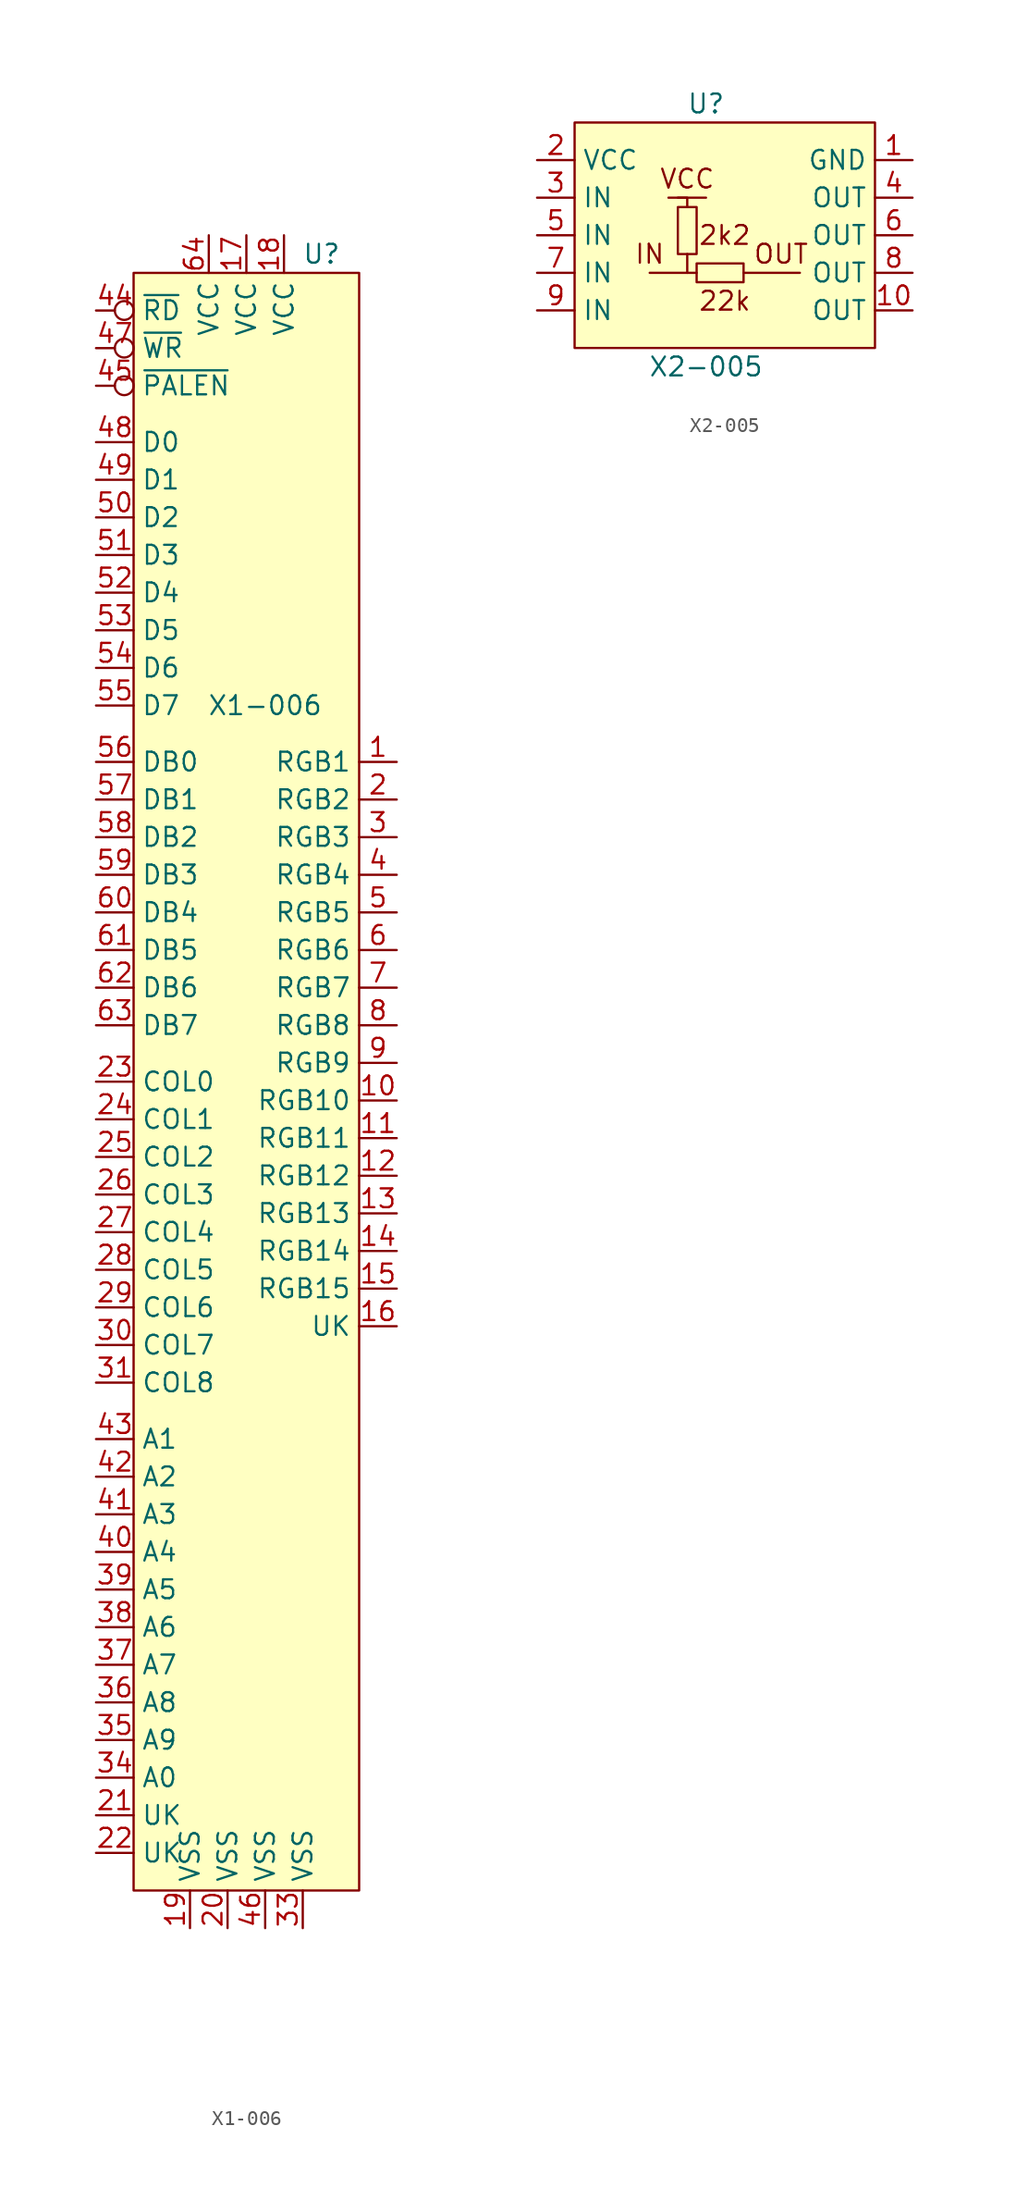
<source format=kicad_sym>
(kicad_symbol_lib
  (version 20211014)
  (generator kicad_symbol_editor)
  (symbol "X1-006"
    (property "Reference" "U"
      (at 5.08 53.34 0)
      (effects (font (size 1.27 1.27))))
    (property "Value" "X1-006"
      (at 1.27 22.86 0)
      (effects (font (size 1.27 1.27))))
    (symbol "X1-006_0_1"
      (rectangle (start -7.62 52.07) (end 7.62 -57.15) (stroke (width 0) (type default) (color 0 0 0 0)) (fill (type background))))
    (symbol "X1-006_1_1"
      (pin output line (at 10.16 19.05 180) (length 2.54) (name "RGB1" (effects (font (size 1.27 1.27)))) (number "1" (effects (font (size 1.27 1.27)))))
      (pin output line (at 10.16 -3.81 180) (length 2.54) (name "RGB10" (effects (font (size 1.27 1.27)))) (number "10" (effects (font (size 1.27 1.27)))))
      (pin output line (at 10.16 -6.35 180) (length 2.54) (name "RGB11" (effects (font (size 1.27 1.27)))) (number "11" (effects (font (size 1.27 1.27)))))
      (pin output line (at 10.16 -8.89 180) (length 2.54) (name "RGB12" (effects (font (size 1.27 1.27)))) (number "12" (effects (font (size 1.27 1.27)))))
      (pin output line (at 10.16 -11.43 180) (length 2.54) (name "RGB13" (effects (font (size 1.27 1.27)))) (number "13" (effects (font (size 1.27 1.27)))))
      (pin output line (at 10.16 -13.97 180) (length 2.54) (name "RGB14" (effects (font (size 1.27 1.27)))) (number "14" (effects (font (size 1.27 1.27)))))
      (pin output line (at 10.16 -16.51 180) (length 2.54) (name "RGB15" (effects (font (size 1.27 1.27)))) (number "15" (effects (font (size 1.27 1.27)))))
      (pin output line (at 10.16 -19.05 180) (length 2.54) (name "UK" (effects (font (size 1.27 1.27)))) (number "16" (effects (font (size 1.27 1.27)))))
      (pin input line (at 0 54.61 270) (length 2.54) (name "VCC" (effects (font (size 1.27 1.27)))) (number "17" (effects (font (size 1.27 1.27)))))
      (pin input line (at 2.54 54.61 270) (length 2.54) (name "VCC" (effects (font (size 1.27 1.27)))) (number "18" (effects (font (size 1.27 1.27)))))
      (pin input line (at -3.81 -59.69 90) (length 2.54) (name "VSS" (effects (font (size 1.27 1.27)))) (number "19" (effects (font (size 1.27 1.27)))))
      (pin output line (at 10.16 16.51 180) (length 2.54) (name "RGB2" (effects (font (size 1.27 1.27)))) (number "2" (effects (font (size 1.27 1.27)))))
      (pin input line (at -1.27 -59.69 90) (length 2.54) (name "VSS" (effects (font (size 1.27 1.27)))) (number "20" (effects (font (size 1.27 1.27)))))
      (pin input line (at -10.16 -52.07 0) (length 2.54) (name "UK" (effects (font (size 1.27 1.27)))) (number "21" (effects (font (size 1.27 1.27)))))
      (pin input line (at -10.16 -54.61 0) (length 2.54) (name "UK" (effects (font (size 1.27 1.27)))) (number "22" (effects (font (size 1.27 1.27)))))
      (pin input line (at -10.16 -2.54 0) (length 2.54) (name "COL0" (effects (font (size 1.27 1.27)))) (number "23" (effects (font (size 1.27 1.27)))))
      (pin input line (at -10.16 -5.08 0) (length 2.54) (name "COL1" (effects (font (size 1.27 1.27)))) (number "24" (effects (font (size 1.27 1.27)))))
      (pin input line (at -10.16 -7.62 0) (length 2.54) (name "COL2" (effects (font (size 1.27 1.27)))) (number "25" (effects (font (size 1.27 1.27)))))
      (pin input line (at -10.16 -10.16 0) (length 2.54) (name "COL3" (effects (font (size 1.27 1.27)))) (number "26" (effects (font (size 1.27 1.27)))))
      (pin input line (at -10.16 -12.7 0) (length 2.54) (name "COL4" (effects (font (size 1.27 1.27)))) (number "27" (effects (font (size 1.27 1.27)))))
      (pin input line (at -10.16 -15.24 0) (length 2.54) (name "COL5" (effects (font (size 1.27 1.27)))) (number "28" (effects (font (size 1.27 1.27)))))
      (pin input line (at -10.16 -17.78 0) (length 2.54) (name "COL6" (effects (font (size 1.27 1.27)))) (number "29" (effects (font (size 1.27 1.27)))))
      (pin output line (at 10.16 13.97 180) (length 2.54) (name "RGB3" (effects (font (size 1.27 1.27)))) (number "3" (effects (font (size 1.27 1.27)))))
      (pin input line (at -10.16 -20.32 0) (length 2.54) (name "COL7" (effects (font (size 1.27 1.27)))) (number "30" (effects (font (size 1.27 1.27)))))
      (pin input line (at -10.16 -22.86 0) (length 2.54) (name "COL8" (effects (font (size 1.27 1.27)))) (number "31" (effects (font (size 1.27 1.27)))))
      (pin input line (at 3.81 -59.69 90) (length 2.54) (name "VSS" (effects (font (size 1.27 1.27)))) (number "33" (effects (font (size 1.27 1.27)))))
      (pin input line (at -10.16 -49.53 0) (length 2.54) (name "A0" (effects (font (size 1.27 1.27)))) (number "34" (effects (font (size 1.27 1.27)))))
      (pin input line (at -10.16 -46.99 0) (length 2.54) (name "A9" (effects (font (size 1.27 1.27)))) (number "35" (effects (font (size 1.27 1.27)))))
      (pin input line (at -10.16 -44.45 0) (length 2.54) (name "A8" (effects (font (size 1.27 1.27)))) (number "36" (effects (font (size 1.27 1.27)))))
      (pin input line (at -10.16 -41.91 0) (length 2.54) (name "A7" (effects (font (size 1.27 1.27)))) (number "37" (effects (font (size 1.27 1.27)))))
      (pin input line (at -10.16 -39.37 0) (length 2.54) (name "A6" (effects (font (size 1.27 1.27)))) (number "38" (effects (font (size 1.27 1.27)))))
      (pin input line (at -10.16 -36.83 0) (length 2.54) (name "A5" (effects (font (size 1.27 1.27)))) (number "39" (effects (font (size 1.27 1.27)))))
      (pin output line (at 10.16 11.43 180) (length 2.54) (name "RGB4" (effects (font (size 1.27 1.27)))) (number "4" (effects (font (size 1.27 1.27)))))
      (pin input line (at -10.16 -34.29 0) (length 2.54) (name "A4" (effects (font (size 1.27 1.27)))) (number "40" (effects (font (size 1.27 1.27)))))
      (pin input line (at -10.16 -31.75 0) (length 2.54) (name "A3" (effects (font (size 1.27 1.27)))) (number "41" (effects (font (size 1.27 1.27)))))
      (pin input line (at -10.16 -29.21 0) (length 2.54) (name "A2" (effects (font (size 1.27 1.27)))) (number "42" (effects (font (size 1.27 1.27)))))
      (pin input line (at -10.16 -26.67 0) (length 2.54) (name "A1" (effects (font (size 1.27 1.27)))) (number "43" (effects (font (size 1.27 1.27)))))
      (pin input inverted (at -10.16 49.53 0) (length 2.54) (name "~{RD}" (effects (font (size 1.27 1.27)))) (number "44" (effects (font (size 1.27 1.27)))))
      (pin input inverted (at -10.16 44.45 0) (length 2.54) (name "~{PALEN}" (effects (font (size 1.27 1.27)))) (number "45" (effects (font (size 1.27 1.27)))))
      (pin input line (at 1.27 -59.69 90) (length 2.54) (name "VSS" (effects (font (size 1.27 1.27)))) (number "46" (effects (font (size 1.27 1.27)))))
      (pin input inverted (at -10.16 46.99 0) (length 2.54) (name "~{WR}" (effects (font (size 1.27 1.27)))) (number "47" (effects (font (size 1.27 1.27)))))
      (pin input line (at -10.16 40.64 0) (length 2.54) (name "D0" (effects (font (size 1.27 1.27)))) (number "48" (effects (font (size 1.27 1.27)))))
      (pin input line (at -10.16 38.1 0) (length 2.54) (name "D1" (effects (font (size 1.27 1.27)))) (number "49" (effects (font (size 1.27 1.27)))))
      (pin output line (at 10.16 8.89 180) (length 2.54) (name "RGB5" (effects (font (size 1.27 1.27)))) (number "5" (effects (font (size 1.27 1.27)))))
      (pin input line (at -10.16 35.56 0) (length 2.54) (name "D2" (effects (font (size 1.27 1.27)))) (number "50" (effects (font (size 1.27 1.27)))))
      (pin input line (at -10.16 33.02 0) (length 2.54) (name "D3" (effects (font (size 1.27 1.27)))) (number "51" (effects (font (size 1.27 1.27)))))
      (pin input line (at -10.16 30.48 0) (length 2.54) (name "D4" (effects (font (size 1.27 1.27)))) (number "52" (effects (font (size 1.27 1.27)))))
      (pin input line (at -10.16 27.94 0) (length 2.54) (name "D5" (effects (font (size 1.27 1.27)))) (number "53" (effects (font (size 1.27 1.27)))))
      (pin input line (at -10.16 25.4 0) (length 2.54) (name "D6" (effects (font (size 1.27 1.27)))) (number "54" (effects (font (size 1.27 1.27)))))
      (pin input line (at -10.16 22.86 0) (length 2.54) (name "D7" (effects (font (size 1.27 1.27)))) (number "55" (effects (font (size 1.27 1.27)))))
      (pin input line (at -10.16 19.05 0) (length 2.54) (name "DB0" (effects (font (size 1.27 1.27)))) (number "56" (effects (font (size 1.27 1.27)))))
      (pin input line (at -10.16 16.51 0) (length 2.54) (name "DB1" (effects (font (size 1.27 1.27)))) (number "57" (effects (font (size 1.27 1.27)))))
      (pin input line (at -10.16 13.97 0) (length 2.54) (name "DB2" (effects (font (size 1.27 1.27)))) (number "58" (effects (font (size 1.27 1.27)))))
      (pin input line (at -10.16 11.43 0) (length 2.54) (name "DB3" (effects (font (size 1.27 1.27)))) (number "59" (effects (font (size 1.27 1.27)))))
      (pin output line (at 10.16 6.35 180) (length 2.54) (name "RGB6" (effects (font (size 1.27 1.27)))) (number "6" (effects (font (size 1.27 1.27)))))
      (pin input line (at -10.16 8.89 0) (length 2.54) (name "DB4" (effects (font (size 1.27 1.27)))) (number "60" (effects (font (size 1.27 1.27)))))
      (pin input line (at -10.16 6.35 0) (length 2.54) (name "DB5" (effects (font (size 1.27 1.27)))) (number "61" (effects (font (size 1.27 1.27)))))
      (pin input line (at -10.16 3.81 0) (length 2.54) (name "DB6" (effects (font (size 1.27 1.27)))) (number "62" (effects (font (size 1.27 1.27)))))
      (pin input line (at -10.16 1.27 0) (length 2.54) (name "DB7" (effects (font (size 1.27 1.27)))) (number "63" (effects (font (size 1.27 1.27)))))
      (pin input line (at -2.54 54.61 270) (length 2.54) (name "VCC" (effects (font (size 1.27 1.27)))) (number "64" (effects (font (size 1.27 1.27)))))
      (pin output line (at 10.16 3.81 180) (length 2.54) (name "RGB7" (effects (font (size 1.27 1.27)))) (number "7" (effects (font (size 1.27 1.27)))))
      (pin output line (at 10.16 1.27 180) (length 2.54) (name "RGB8" (effects (font (size 1.27 1.27)))) (number "8" (effects (font (size 1.27 1.27)))))
      (pin output line (at 10.16 -1.27 180) (length 2.54) (name "RGB9" (effects (font (size 1.27 1.27)))) (number "9" (effects (font (size 1.27 1.27)))))))
  (symbol "X2-005"
    (property "Reference" "U"
      (at 11.43 3.81 0)
      (effects (font (size 1.27 1.27))))
    (property "Value" "X2-005"
      (at 11.43 -13.97 0)
      (effects (font (size 1.27 1.27))))
    (symbol "X2-005_0_0"
      (polyline (pts (xy 7.62 -7.62) (xy 10.795 -7.62)) (stroke (width 0) (type default) (color 0 0 0 0)) (fill (type none)))
      (polyline (pts (xy 8.89 -2.54) (xy 11.43 -2.54)) (stroke (width 0) (type default) (color 0 0 0 0)) (fill (type none)))
      (polyline (pts (xy 10.16 -6.35) (xy 10.16 -7.62)) (stroke (width 0) (type default) (color 0 0 0 0)) (fill (type none)))
      (polyline (pts (xy 13.97 -7.62) (xy 17.78 -7.62)) (stroke (width 0) (type default) (color 0 0 0 0)) (fill (type none)))
      (polyline (pts (xy 10.16 -3.175) (xy 10.16 -2.54) (xy 9.525 -2.54)) (stroke (width 0) (type default) (color 0 0 0 0)) (fill (type none)))
      (rectangle (start 2.54 2.54) (end 22.86 -12.7) (stroke (width 0) (type default) (color 0 0 0 0)) (fill (type background)))
      (text "22k" (at 12.7 -9.525 0) (effects (font (size 1.27 1.27))))
      (text "2k2" (at 12.7 -5.08 0) (effects (font (size 1.27 1.27))))
      (text "IN" (at 7.62 -6.35 0) (effects (font (size 1.27 1.27))))
      (text "OUT" (at 16.51 -6.35 0) (effects (font (size 1.27 1.27))))
      (text "VCC" (at 10.16 -1.27 0) (effects (font (size 1.27 1.27)))))
    (symbol "X2-005_0_1"
      (rectangle (start 9.525 -6.35) (end 10.795 -3.175) (stroke (width 0) (type default) (color 0 0 0 0)) (fill (type none)))
      (rectangle (start 10.795 -6.985) (end 13.97 -8.255) (stroke (width 0) (type default) (color 0 0 0 0)) (fill (type none))))
    (symbol "X2-005_1_1"
      (pin passive line (at 25.4 0 180) (length 2.54) (name "GND" (effects (font (size 1.27 1.27)))) (number "1" (effects (font (size 1.27 1.27)))))
      (pin passive line (at 25.4 -10.16 180) (length 2.54) (name "OUT" (effects (font (size 1.27 1.27)))) (number "10" (effects (font (size 1.27 1.27)))))
      (pin passive line (at 0 0 0) (length 2.54) (name "VCC" (effects (font (size 1.27 1.27)))) (number "2" (effects (font (size 1.27 1.27)))))
      (pin passive line (at 0 -2.54 0) (length 2.54) (name "IN" (effects (font (size 1.27 1.27)))) (number "3" (effects (font (size 1.27 1.27)))))
      (pin passive line (at 25.4 -2.54 180) (length 2.54) (name "OUT" (effects (font (size 1.27 1.27)))) (number "4" (effects (font (size 1.27 1.27)))))
      (pin passive line (at 0 -5.08 0) (length 2.54) (name "IN" (effects (font (size 1.27 1.27)))) (number "5" (effects (font (size 1.27 1.27)))))
      (pin passive line (at 25.4 -5.08 180) (length 2.54) (name "OUT" (effects (font (size 1.27 1.27)))) (number "6" (effects (font (size 1.27 1.27)))))
      (pin passive line (at 0 -7.62 0) (length 2.54) (name "IN" (effects (font (size 1.27 1.27)))) (number "7" (effects (font (size 1.27 1.27)))))
      (pin passive line (at 25.4 -7.62 180) (length 2.54) (name "OUT" (effects (font (size 1.27 1.27)))) (number "8" (effects (font (size 1.27 1.27)))))
      (pin passive line (at 0 -10.16 0) (length 2.54) (name "IN" (effects (font (size 1.27 1.27)))) (number "9" (effects (font (size 1.27 1.27))))))))
</source>
